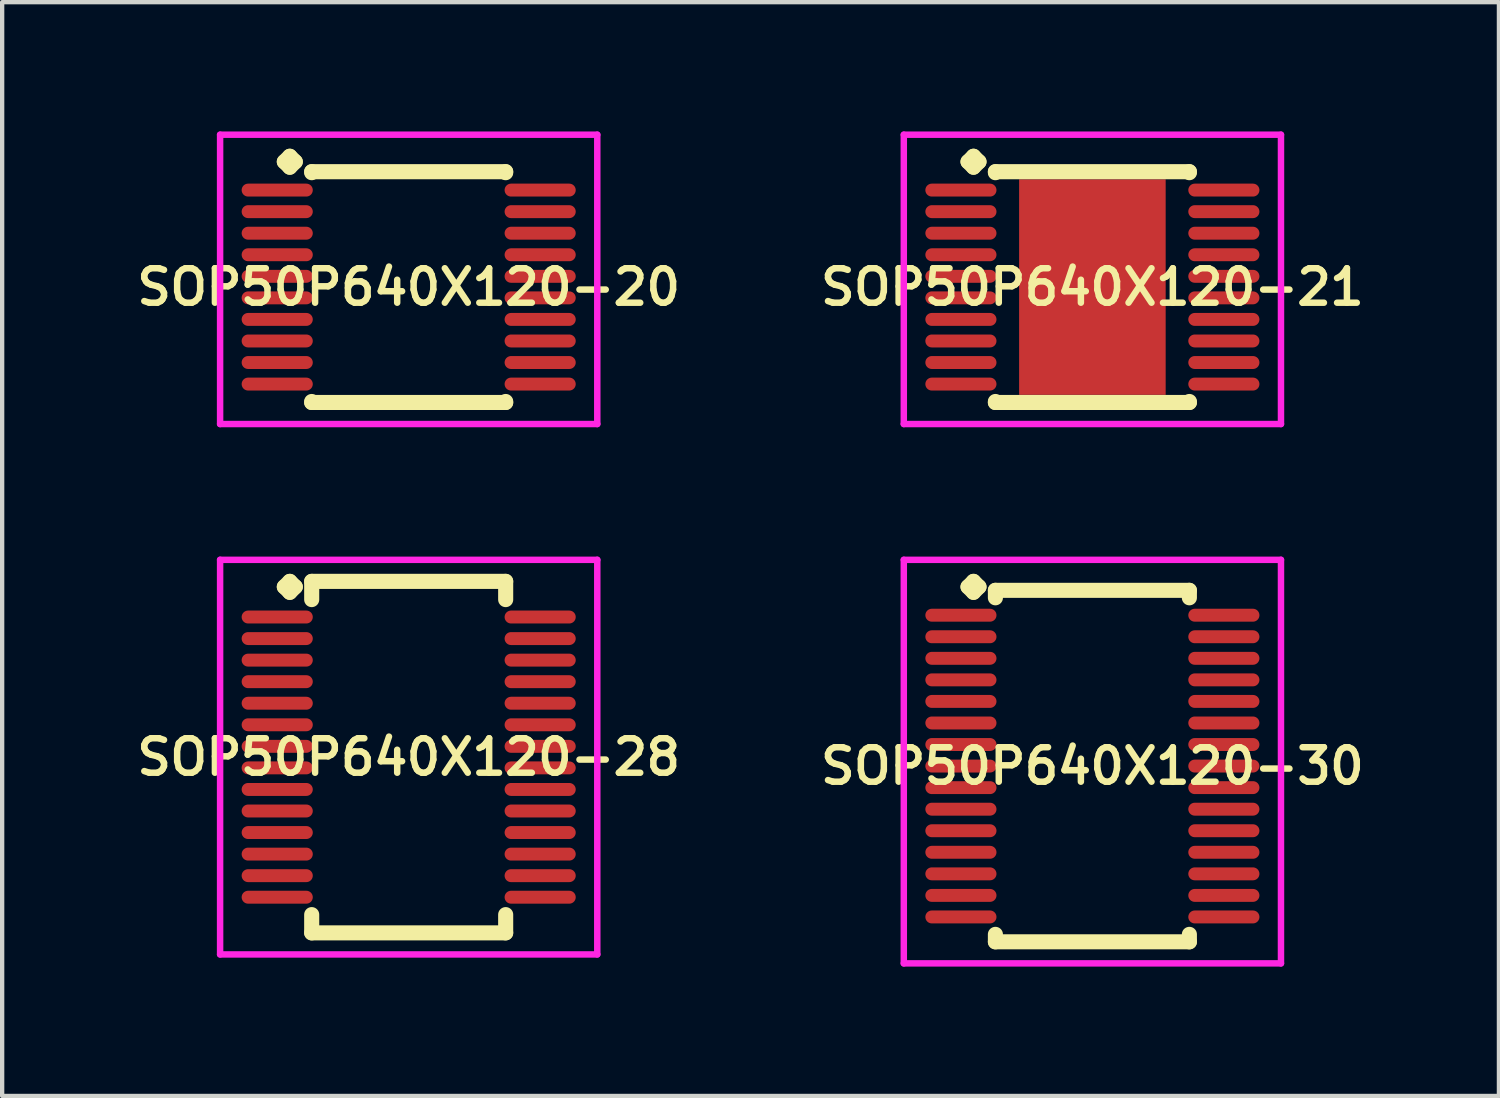
<source format=kicad_pcb>
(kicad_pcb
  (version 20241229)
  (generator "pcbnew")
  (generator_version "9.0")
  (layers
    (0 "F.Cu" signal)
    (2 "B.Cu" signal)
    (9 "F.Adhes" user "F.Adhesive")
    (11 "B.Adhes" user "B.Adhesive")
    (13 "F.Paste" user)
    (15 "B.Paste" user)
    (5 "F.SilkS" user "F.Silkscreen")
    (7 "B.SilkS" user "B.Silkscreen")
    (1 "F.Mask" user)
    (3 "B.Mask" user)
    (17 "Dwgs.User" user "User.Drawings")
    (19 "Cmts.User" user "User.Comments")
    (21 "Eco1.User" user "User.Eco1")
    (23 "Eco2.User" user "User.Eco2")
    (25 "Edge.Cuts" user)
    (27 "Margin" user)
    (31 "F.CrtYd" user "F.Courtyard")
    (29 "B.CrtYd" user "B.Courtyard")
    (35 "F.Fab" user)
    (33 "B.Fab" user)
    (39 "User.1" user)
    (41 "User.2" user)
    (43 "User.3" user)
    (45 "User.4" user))
  (footprint "SOP50P640X120-28"
    (layer "F.Cu")
    (at 6.431 14.514)
    (property "Reference" "SOP50P640X120-28" (at 0 0 0) (layer "F.SilkS") (effects (font (size 0.8 0.8) (thickness 0.15))))
    (attr smd)
    (fp_line (start -2.885 -3.95) (end -2.758 -4.077) (stroke (width 0.35) (type solid)) (layer "F.SilkS"))
    (fp_line (start -2.758 -4.077) (end -2.631 -3.95) (stroke (width 0.35) (type solid)) (layer "F.SilkS"))
    (fp_line (start -2.758 -3.823) (end -2.885 -3.95) (stroke (width 0.35) (type solid)) (layer "F.SilkS"))
    (fp_line (start -2.631 -3.95) (end -2.758 -3.823) (stroke (width 0.35) (type solid)) (layer "F.SilkS"))
    (fp_line (start -2.25 -4.077) (end 2.25 -4.077) (stroke (width 0.35) (type solid)) (layer "F.SilkS"))
    (fp_line (start -2.25 -3.654) (end -2.25 -4.077) (stroke (width 0.35) (type solid)) (layer "F.SilkS"))
    (fp_line (start -2.25 3.654) (end -2.25 4.077) (stroke (width 0.35) (type solid)) (layer "F.SilkS"))
    (fp_line (start -2.25 4.077) (end 2.25 4.077) (stroke (width 0.35) (type solid)) (layer "F.SilkS"))
    (fp_line (start 2.25 -4.077) (end 2.25 -3.654) (stroke (width 0.35) (type solid)) (layer "F.SilkS"))
    (fp_line (start 2.25 4.077) (end 2.25 3.654) (stroke (width 0.35) (type solid)) (layer "F.SilkS"))
    (fp_line (start -4.375 -4.577) (end 4.375 -4.577) (stroke (width 0.15) (type solid)) (layer "F.CrtYd"))
    (fp_line (start -4.375 4.577) (end -4.375 -4.577) (stroke (width 0.15) (type solid)) (layer "F.CrtYd"))
    (fp_line (start 4.375 -4.577) (end 4.375 4.577) (stroke (width 0.15) (type solid)) (layer "F.CrtYd"))
    (fp_line (start 4.375 4.577) (end -4.375 4.577) (stroke (width 0.15) (type solid)) (layer "F.CrtYd"))
    (pad "1" smd oval (at -3.05 -3.25) (size 1.65 0.3) (layers "F.Cu" "F.Mask" "F.Paste"))
    (pad "2" smd oval (at -3.05 -2.75) (size 1.65 0.3) (layers "F.Cu" "F.Mask" "F.Paste"))
    (pad "3" smd oval (at -3.05 -2.25) (size 1.65 0.3) (layers "F.Cu" "F.Mask" "F.Paste"))
    (pad "4" smd oval (at -3.05 -1.75) (size 1.65 0.3) (layers "F.Cu" "F.Mask" "F.Paste"))
    (pad "5" smd oval (at -3.05 -1.25) (size 1.65 0.3) (layers "F.Cu" "F.Mask" "F.Paste"))
    (pad "6" smd oval (at -3.05 -0.75) (size 1.65 0.3) (layers "F.Cu" "F.Mask" "F.Paste"))
    (pad "7" smd oval (at -3.05 -0.25) (size 1.65 0.3) (layers "F.Cu" "F.Mask" "F.Paste"))
    (pad "8" smd oval (at -3.05 0.25) (size 1.65 0.3) (layers "F.Cu" "F.Mask" "F.Paste"))
    (pad "9" smd oval (at -3.05 0.75) (size 1.65 0.3) (layers "F.Cu" "F.Mask" "F.Paste"))
    (pad "10" smd oval (at -3.05 1.25) (size 1.65 0.3) (layers "F.Cu" "F.Mask" "F.Paste"))
    (pad "11" smd oval (at -3.05 1.75) (size 1.65 0.3) (layers "F.Cu" "F.Mask" "F.Paste"))
    (pad "12" smd oval (at -3.05 2.25) (size 1.65 0.3) (layers "F.Cu" "F.Mask" "F.Paste"))
    (pad "13" smd oval (at -3.05 2.75) (size 1.65 0.3) (layers "F.Cu" "F.Mask" "F.Paste"))
    (pad "14" smd oval (at -3.05 3.25) (size 1.65 0.3) (layers "F.Cu" "F.Mask" "F.Paste"))
    (pad "15" smd oval (at 3.05 3.25) (size 1.65 0.3) (layers "F.Cu" "F.Mask" "F.Paste"))
    (pad "16" smd oval (at 3.05 2.75) (size 1.65 0.3) (layers "F.Cu" "F.Mask" "F.Paste"))
    (pad "17" smd oval (at 3.05 2.25) (size 1.65 0.3) (layers "F.Cu" "F.Mask" "F.Paste"))
    (pad "18" smd oval (at 3.05 1.75) (size 1.65 0.3) (layers "F.Cu" "F.Mask" "F.Paste"))
    (pad "19" smd oval (at 3.05 1.25) (size 1.65 0.3) (layers "F.Cu" "F.Mask" "F.Paste"))
    (pad "20" smd oval (at 3.05 0.75) (size 1.65 0.3) (layers "F.Cu" "F.Mask" "F.Paste"))
    (pad "21" smd oval (at 3.05 0.25) (size 1.65 0.3) (layers "F.Cu" "F.Mask" "F.Paste"))
    (pad "22" smd oval (at 3.05 -0.25) (size 1.65 0.3) (layers "F.Cu" "F.Mask" "F.Paste"))
    (pad "23" smd oval (at 3.05 -0.75) (size 1.65 0.3) (layers "F.Cu" "F.Mask" "F.Paste"))
    (pad "24" smd oval (at 3.05 -1.25) (size 1.65 0.3) (layers "F.Cu" "F.Mask" "F.Paste"))
    (pad "25" smd oval (at 3.05 -1.75) (size 1.65 0.3) (layers "F.Cu" "F.Mask" "F.Paste"))
    (pad "26" smd oval (at 3.05 -2.25) (size 1.65 0.3) (layers "F.Cu" "F.Mask" "F.Paste"))
    (pad "27" smd oval (at 3.05 -2.75) (size 1.65 0.3) (layers "F.Cu" "F.Mask" "F.Paste"))
    (pad "28" smd oval (at 3.05 -3.25) (size 1.65 0.3) (layers "F.Cu" "F.Mask" "F.Paste")))
  (footprint "SOP50P640X120-20"
    (layer "F.Cu")
    (at 6.431 3.61)
    (property "Reference" "SOP50P640X120-20" (at 0 0 0) (layer "F.SilkS") (effects (font (size 0.8 0.8) (thickness 0.15))))
    (attr smd)
    (fp_line (start -2.885 -2.908) (end -2.758 -3.035) (stroke (width 0.35) (type solid)) (layer "F.SilkS"))
    (fp_line (start -2.758 -3.035) (end -2.631 -2.908) (stroke (width 0.35) (type solid)) (layer "F.SilkS"))
    (fp_line (start -2.758 -2.781) (end -2.885 -2.908) (stroke (width 0.35) (type solid)) (layer "F.SilkS"))
    (fp_line (start -2.631 -2.908) (end -2.758 -2.781) (stroke (width 0.35) (type solid)) (layer "F.SilkS"))
    (fp_line (start -2.25 -2.677) (end 2.25 -2.677) (stroke (width 0.35) (type solid)) (layer "F.SilkS"))
    (fp_line (start -2.25 -2.654) (end -2.25 -2.677) (stroke (width 0.35) (type solid)) (layer "F.SilkS"))
    (fp_line (start -2.25 2.654) (end -2.25 2.677) (stroke (width 0.35) (type solid)) (layer "F.SilkS"))
    (fp_line (start -2.25 2.677) (end 2.25 2.677) (stroke (width 0.35) (type solid)) (layer "F.SilkS"))
    (fp_line (start 2.25 -2.677) (end 2.25 -2.654) (stroke (width 0.35) (type solid)) (layer "F.SilkS"))
    (fp_line (start 2.25 2.677) (end 2.25 2.654) (stroke (width 0.35) (type solid)) (layer "F.SilkS"))
    (fp_line (start -4.375 -3.535) (end 4.375 -3.535) (stroke (width 0.15) (type solid)) (layer "F.CrtYd"))
    (fp_line (start -4.375 3.177) (end -4.375 -3.535) (stroke (width 0.15) (type solid)) (layer "F.CrtYd"))
    (fp_line (start 4.375 -3.535) (end 4.375 3.177) (stroke (width 0.15) (type solid)) (layer "F.CrtYd"))
    (fp_line (start 4.375 3.177) (end -4.375 3.177) (stroke (width 0.15) (type solid)) (layer "F.CrtYd"))
    (pad "1" smd oval (at -3.05 -2.25) (size 1.65 0.3) (layers "F.Cu" "F.Mask" "F.Paste"))
    (pad "2" smd oval (at -3.05 -1.75) (size 1.65 0.3) (layers "F.Cu" "F.Mask" "F.Paste"))
    (pad "3" smd oval (at -3.05 -1.25) (size 1.65 0.3) (layers "F.Cu" "F.Mask" "F.Paste"))
    (pad "4" smd oval (at -3.05 -0.75) (size 1.65 0.3) (layers "F.Cu" "F.Mask" "F.Paste"))
    (pad "5" smd oval (at -3.05 -0.25) (size 1.65 0.3) (layers "F.Cu" "F.Mask" "F.Paste"))
    (pad "6" smd oval (at -3.05 0.25) (size 1.65 0.3) (layers "F.Cu" "F.Mask" "F.Paste"))
    (pad "7" smd oval (at -3.05 0.75) (size 1.65 0.3) (layers "F.Cu" "F.Mask" "F.Paste"))
    (pad "8" smd oval (at -3.05 1.25) (size 1.65 0.3) (layers "F.Cu" "F.Mask" "F.Paste"))
    (pad "9" smd oval (at -3.05 1.75) (size 1.65 0.3) (layers "F.Cu" "F.Mask" "F.Paste"))
    (pad "10" smd oval (at -3.05 2.25) (size 1.65 0.3) (layers "F.Cu" "F.Mask" "F.Paste"))
    (pad "11" smd oval (at 3.05 2.25) (size 1.65 0.3) (layers "F.Cu" "F.Mask" "F.Paste"))
    (pad "12" smd oval (at 3.05 1.75) (size 1.65 0.3) (layers "F.Cu" "F.Mask" "F.Paste"))
    (pad "13" smd oval (at 3.05 1.25) (size 1.65 0.3) (layers "F.Cu" "F.Mask" "F.Paste"))
    (pad "14" smd oval (at 3.05 0.75) (size 1.65 0.3) (layers "F.Cu" "F.Mask" "F.Paste"))
    (pad "15" smd oval (at 3.05 0.25) (size 1.65 0.3) (layers "F.Cu" "F.Mask" "F.Paste"))
    (pad "16" smd oval (at 3.05 -0.25) (size 1.65 0.3) (layers "F.Cu" "F.Mask" "F.Paste"))
    (pad "17" smd oval (at 3.05 -0.75) (size 1.65 0.3) (layers "F.Cu" "F.Mask" "F.Paste"))
    (pad "18" smd oval (at 3.05 -1.25) (size 1.65 0.3) (layers "F.Cu" "F.Mask" "F.Paste"))
    (pad "19" smd oval (at 3.05 -1.75) (size 1.65 0.3) (layers "F.Cu" "F.Mask" "F.Paste"))
    (pad "20" smd oval (at 3.05 -2.25) (size 1.65 0.3) (layers "F.Cu" "F.Mask" "F.Paste")))
  (footprint "SOP50P640X120-30"
    (layer "F.Cu")
    (at 22.292 14.722)
    (property "Reference" "SOP50P640X120-30" (at 0 0 0) (layer "F.SilkS") (effects (font (size 0.8 0.8) (thickness 0.15))))
    (attr through_hole)
    (fp_line (start -2.885 -4.158) (end -2.758 -4.285) (stroke (width 0.35) (type solid)) (layer "F.SilkS"))
    (fp_line (start -2.758 -4.285) (end -2.631 -4.158) (stroke (width 0.35) (type solid)) (layer "F.SilkS"))
    (fp_line (start -2.758 -4.031) (end -2.885 -4.158) (stroke (width 0.35) (type solid)) (layer "F.SilkS"))
    (fp_line (start -2.631 -4.158) (end -2.758 -4.031) (stroke (width 0.35) (type solid)) (layer "F.SilkS"))
    (fp_line (start -2.25 -4.077) (end 2.25 -4.077) (stroke (width 0.35) (type solid)) (layer "F.SilkS"))
    (fp_line (start -2.25 -3.904) (end -2.25 -4.077) (stroke (width 0.35) (type solid)) (layer "F.SilkS"))
    (fp_line (start -2.25 3.904) (end -2.25 4.077) (stroke (width 0.35) (type solid)) (layer "F.SilkS"))
    (fp_line (start -2.25 4.077) (end 2.25 4.077) (stroke (width 0.35) (type solid)) (layer "F.SilkS"))
    (fp_line (start 2.25 -4.077) (end 2.25 -3.904) (stroke (width 0.35) (type solid)) (layer "F.SilkS"))
    (fp_line (start 2.25 4.077) (end 2.25 3.904) (stroke (width 0.35) (type solid)) (layer "F.SilkS"))
    (fp_line (start -4.375 -4.785) (end 4.375 -4.785) (stroke (width 0.15) (type solid)) (layer "F.CrtYd"))
    (fp_line (start -4.375 4.577) (end -4.375 -4.785) (stroke (width 0.15) (type solid)) (layer "F.CrtYd"))
    (fp_line (start 4.375 -4.785) (end 4.375 4.577) (stroke (width 0.15) (type solid)) (layer "F.CrtYd"))
    (fp_line (start 4.375 4.577) (end -4.375 4.577) (stroke (width 0.15) (type solid)) (layer "F.CrtYd"))
    (pad "1" smd oval (at -3.05 -3.5) (size 1.65 0.3) (layers "F.Cu" "F.Mask" "F.Paste"))
    (pad "2" smd oval (at -3.05 -3) (size 1.65 0.3) (layers "F.Cu" "F.Mask" "F.Paste"))
    (pad "3" smd oval (at -3.05 -2.5) (size 1.65 0.3) (layers "F.Cu" "F.Mask" "F.Paste"))
    (pad "4" smd oval (at -3.05 -2) (size 1.65 0.3) (layers "F.Cu" "F.Mask" "F.Paste"))
    (pad "5" smd oval (at -3.05 -1.5) (size 1.65 0.3) (layers "F.Cu" "F.Mask" "F.Paste"))
    (pad "6" smd oval (at -3.05 -1) (size 1.65 0.3) (layers "F.Cu" "F.Mask" "F.Paste"))
    (pad "7" smd oval (at -3.05 -0.5) (size 1.65 0.3) (layers "F.Cu" "F.Mask" "F.Paste"))
    (pad "8" smd oval (at -3.05 0) (size 1.65 0.3) (layers "F.Cu" "F.Mask" "F.Paste"))
    (pad "9" smd oval (at -3.05 0.5) (size 1.65 0.3) (layers "F.Cu" "F.Mask" "F.Paste"))
    (pad "10" smd oval (at -3.05 1) (size 1.65 0.3) (layers "F.Cu" "F.Mask" "F.Paste"))
    (pad "11" smd oval (at -3.05 1.5) (size 1.65 0.3) (layers "F.Cu" "F.Mask" "F.Paste"))
    (pad "12" smd oval (at -3.05 2) (size 1.65 0.3) (layers "F.Cu" "F.Mask" "F.Paste"))
    (pad "13" smd oval (at -3.05 2.5) (size 1.65 0.3) (layers "F.Cu" "F.Mask" "F.Paste"))
    (pad "14" smd oval (at -3.05 3) (size 1.65 0.3) (layers "F.Cu" "F.Mask" "F.Paste"))
    (pad "15" smd oval (at -3.05 3.5) (size 1.65 0.3) (layers "F.Cu" "F.Mask" "F.Paste"))
    (pad "16" smd oval (at 3.05 3.5) (size 1.65 0.3) (layers "F.Cu" "F.Mask" "F.Paste"))
    (pad "17" smd oval (at 3.05 3) (size 1.65 0.3) (layers "F.Cu" "F.Mask" "F.Paste"))
    (pad "18" smd oval (at 3.05 2.5) (size 1.65 0.3) (layers "F.Cu" "F.Mask" "F.Paste"))
    (pad "19" smd oval (at 3.05 2) (size 1.65 0.3) (layers "F.Cu" "F.Mask" "F.Paste"))
    (pad "20" smd oval (at 3.05 1.5) (size 1.65 0.3) (layers "F.Cu" "F.Mask" "F.Paste"))
    (pad "21" smd oval (at 3.05 1) (size 1.65 0.3) (layers "F.Cu" "F.Mask" "F.Paste"))
    (pad "22" smd oval (at 3.05 0.5) (size 1.65 0.3) (layers "F.Cu" "F.Mask" "F.Paste"))
    (pad "23" smd oval (at 3.05 0) (size 1.65 0.3) (layers "F.Cu" "F.Mask" "F.Paste"))
    (pad "24" smd oval (at 3.05 -0.5) (size 1.65 0.3) (layers "F.Cu" "F.Mask" "F.Paste"))
    (pad "25" smd oval (at 3.05 -1) (size 1.65 0.3) (layers "F.Cu" "F.Mask" "F.Paste"))
    (pad "26" smd oval (at 3.05 -1.5) (size 1.65 0.3) (layers "F.Cu" "F.Mask" "F.Paste"))
    (pad "27" smd oval (at 3.05 -2) (size 1.65 0.3) (layers "F.Cu" "F.Mask" "F.Paste"))
    (pad "28" smd oval (at 3.05 -2.5) (size 1.65 0.3) (layers "F.Cu" "F.Mask" "F.Paste"))
    (pad "29" smd oval (at 3.05 -3) (size 1.65 0.3) (layers "F.Cu" "F.Mask" "F.Paste"))
    (pad "30" smd oval (at 3.05 -3.5) (size 1.65 0.3) (layers "F.Cu" "F.Mask" "F.Paste")))
  (footprint "SOP50P640X120-21"
    (layer "F.Cu")
    (at 22.292 3.61)
    (property "Reference" "SOP50P640X120-21" (at 0 0 0) (layer "F.SilkS") (effects (font (size 0.8 0.8) (thickness 0.15))))
    (attr through_hole)
    (fp_line (start -2.885 -2.908) (end -2.758 -3.035) (stroke (width 0.35) (type solid)) (layer "F.SilkS"))
    (fp_line (start -2.758 -3.035) (end -2.631 -2.908) (stroke (width 0.35) (type solid)) (layer "F.SilkS"))
    (fp_line (start -2.758 -2.781) (end -2.885 -2.908) (stroke (width 0.35) (type solid)) (layer "F.SilkS"))
    (fp_line (start -2.631 -2.908) (end -2.758 -2.781) (stroke (width 0.35) (type solid)) (layer "F.SilkS"))
    (fp_line (start -2.25 -2.677) (end 2.25 -2.677) (stroke (width 0.35) (type solid)) (layer "F.SilkS"))
    (fp_line (start -2.25 -2.654) (end -2.25 -2.677) (stroke (width 0.35) (type solid)) (layer "F.SilkS"))
    (fp_line (start -2.25 2.654) (end -2.25 2.677) (stroke (width 0.35) (type solid)) (layer "F.SilkS"))
    (fp_line (start -2.25 2.677) (end 2.25 2.677) (stroke (width 0.35) (type solid)) (layer "F.SilkS"))
    (fp_line (start 2.25 -2.677) (end 2.25 -2.654) (stroke (width 0.35) (type solid)) (layer "F.SilkS"))
    (fp_line (start 2.25 2.677) (end 2.25 2.654) (stroke (width 0.35) (type solid)) (layer "F.SilkS"))
    (fp_line (start -4.375 -3.535) (end 4.375 -3.535) (stroke (width 0.15) (type solid)) (layer "F.CrtYd"))
    (fp_line (start -4.375 3.177) (end -4.375 -3.535) (stroke (width 0.15) (type solid)) (layer "F.CrtYd"))
    (fp_line (start 4.375 -3.535) (end 4.375 3.177) (stroke (width 0.15) (type solid)) (layer "F.CrtYd"))
    (fp_line (start 4.375 3.177) (end -4.375 3.177) (stroke (width 0.15) (type solid)) (layer "F.CrtYd"))
    (pad "1" smd oval (at -3.05 -2.25) (size 1.65 0.3) (layers "F.Cu" "F.Mask" "F.Paste"))
    (pad "2" smd oval (at -3.05 -1.75) (size 1.65 0.3) (layers "F.Cu" "F.Mask" "F.Paste"))
    (pad "3" smd oval (at -3.05 -1.25) (size 1.65 0.3) (layers "F.Cu" "F.Mask" "F.Paste"))
    (pad "4" smd oval (at -3.05 -0.75) (size 1.65 0.3) (layers "F.Cu" "F.Mask" "F.Paste"))
    (pad "5" smd oval (at -3.05 -0.25) (size 1.65 0.3) (layers "F.Cu" "F.Mask" "F.Paste"))
    (pad "6" smd oval (at -3.05 0.25) (size 1.65 0.3) (layers "F.Cu" "F.Mask" "F.Paste"))
    (pad "7" smd oval (at -3.05 0.75) (size 1.65 0.3) (layers "F.Cu" "F.Mask" "F.Paste"))
    (pad "8" smd oval (at -3.05 1.25) (size 1.65 0.3) (layers "F.Cu" "F.Mask" "F.Paste"))
    (pad "9" smd oval (at -3.05 1.75) (size 1.65 0.3) (layers "F.Cu" "F.Mask" "F.Paste"))
    (pad "10" smd oval (at -3.05 2.25) (size 1.65 0.3) (layers "F.Cu" "F.Mask" "F.Paste"))
    (pad "11" smd oval (at 3.05 2.25) (size 1.65 0.3) (layers "F.Cu" "F.Mask" "F.Paste"))
    (pad "12" smd oval (at 3.05 1.75) (size 1.65 0.3) (layers "F.Cu" "F.Mask" "F.Paste"))
    (pad "13" smd oval (at 3.05 1.25) (size 1.65 0.3) (layers "F.Cu" "F.Mask" "F.Paste"))
    (pad "14" smd oval (at 3.05 0.75) (size 1.65 0.3) (layers "F.Cu" "F.Mask" "F.Paste"))
    (pad "15" smd oval (at 3.05 0.25) (size 1.65 0.3) (layers "F.Cu" "F.Mask" "F.Paste"))
    (pad "16" smd oval (at 3.05 -0.25) (size 1.65 0.3) (layers "F.Cu" "F.Mask" "F.Paste"))
    (pad "17" smd oval (at 3.05 -0.75) (size 1.65 0.3) (layers "F.Cu" "F.Mask" "F.Paste"))
    (pad "18" smd oval (at 3.05 -1.25) (size 1.65 0.3) (layers "F.Cu" "F.Mask" "F.Paste"))
    (pad "19" smd oval (at 3.05 -1.75) (size 1.65 0.3) (layers "F.Cu" "F.Mask" "F.Paste"))
    (pad "20" smd oval (at 3.05 -2.25) (size 1.65 0.3) (layers "F.Cu" "F.Mask" "F.Paste"))
    (pad "21" smd rect (at 0 0) (size 3.4 5) (layers "F.Cu" "F.Mask" "F.Paste")))
  (gr_rect
    (start -3 -3)
    (end 31.723 22.374)
    (stroke (width 0.1) (type default))
    (fill no)
    (layer "Edge.Cuts")))
</source>
